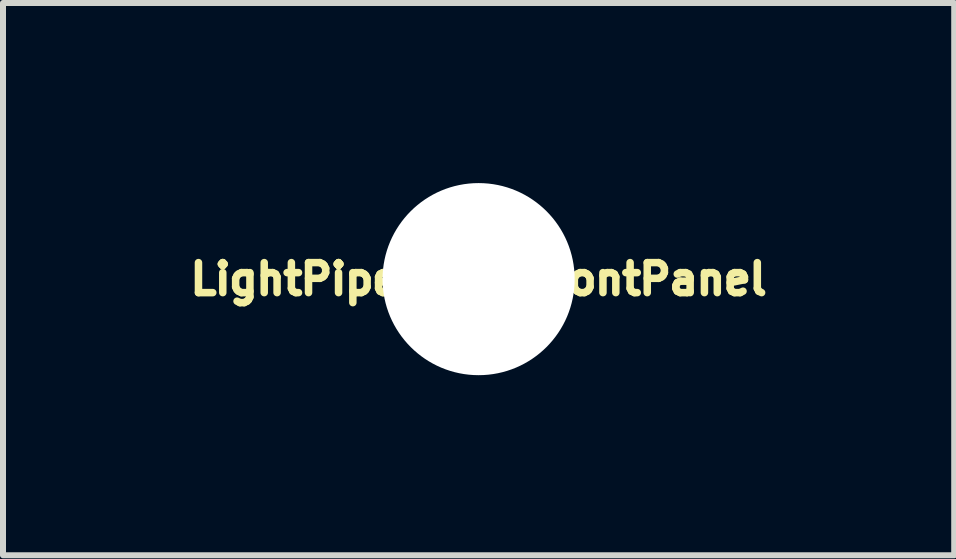
<source format=kicad_pcb>
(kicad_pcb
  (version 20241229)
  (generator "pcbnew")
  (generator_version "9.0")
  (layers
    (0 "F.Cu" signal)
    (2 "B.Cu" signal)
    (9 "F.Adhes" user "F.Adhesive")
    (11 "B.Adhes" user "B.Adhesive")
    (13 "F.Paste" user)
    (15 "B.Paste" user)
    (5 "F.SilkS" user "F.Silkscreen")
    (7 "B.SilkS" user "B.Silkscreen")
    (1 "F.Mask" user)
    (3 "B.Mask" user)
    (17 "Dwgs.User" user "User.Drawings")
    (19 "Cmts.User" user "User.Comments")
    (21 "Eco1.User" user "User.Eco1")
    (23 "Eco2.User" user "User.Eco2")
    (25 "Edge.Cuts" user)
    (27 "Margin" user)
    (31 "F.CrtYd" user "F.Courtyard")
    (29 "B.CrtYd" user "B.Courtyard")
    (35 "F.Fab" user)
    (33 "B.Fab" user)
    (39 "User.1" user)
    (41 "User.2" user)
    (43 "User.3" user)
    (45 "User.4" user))
  (footprint "LightPipe_VLP_FrontPanel"
    (layer "F.Cu")
    (at 4.923 1.6)
    (property "Reference" "LightPipe_VLP_FrontPanel" (at 0 0 0) (layer "F.SilkS") (effects (font (size 0.5 0.5) (thickness 0.125))))
    (attr through_hole)
    (pad "" np_thru_hole circle (at 0 0) (size 3.2 3.2) (drill 3.2) (layers "*.Cu" "*.Mask")))
  (gr_rect
    (start -3 -3)
    (end 12.846 6.2)
    (stroke (width 0.1) (type default))
    (fill no)
    (layer "Edge.Cuts")))
</source>
